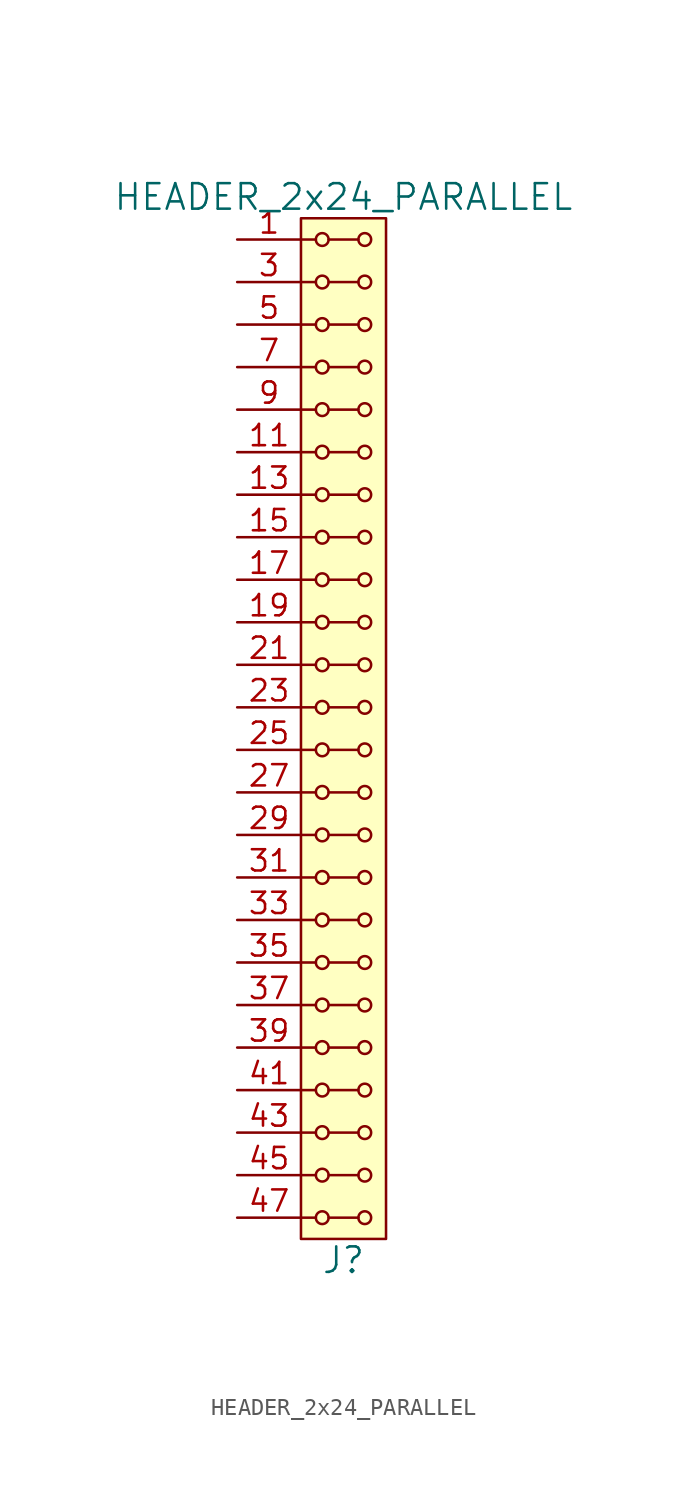
<source format=kicad_sym>
(kicad_symbol_lib
  (version 20211014)
  (generator kicad_symbol_editor)
  (symbol "HEADER_2x24_PARALLEL"
    (pin_names
      (offset 1.016))
    (property "Reference" "J"
      (at 0 -31.75 0)
      (effects (font (size 1.524 1.524))))
    (property "Value" "HEADER_2x24_PARALLEL"
      (at 0 31.75 0)
      (effects (font (size 1.524 1.524))))
    (property "Footprint" ""
      (at 0 29.21 0)
      (effects (font (size 1.524 1.524))))
    (property "Datasheet" ""
      (at 0 29.21 0)
      (effects (font (size 1.524 1.524))))
    (symbol "HEADER_2x24_PARALLEL_0_1"
      (rectangle (start -2.54 30.48) (end 2.54 -30.48) (stroke (width 0) (type default) (color 0 0 0 0)) (fill (type background)))
      (circle (center -1.27 -29.21) (radius 0.381) (stroke (width 0) (type default) (color 0 0 0 0)) (fill (type none)))
      (circle (center -1.27 -26.67) (radius 0.381) (stroke (width 0) (type default) (color 0 0 0 0)) (fill (type none)))
      (circle (center -1.27 -24.13) (radius 0.381) (stroke (width 0) (type default) (color 0 0 0 0)) (fill (type none)))
      (circle (center -1.27 -21.59) (radius 0.381) (stroke (width 0) (type default) (color 0 0 0 0)) (fill (type none)))
      (circle (center -1.27 -19.05) (radius 0.381) (stroke (width 0) (type default) (color 0 0 0 0)) (fill (type none)))
      (circle (center -1.27 -16.51) (radius 0.381) (stroke (width 0) (type default) (color 0 0 0 0)) (fill (type none)))
      (circle (center -1.27 -13.97) (radius 0.381) (stroke (width 0) (type default) (color 0 0 0 0)) (fill (type none)))
      (circle (center -1.27 -11.43) (radius 0.381) (stroke (width 0) (type default) (color 0 0 0 0)) (fill (type none)))
      (circle (center -1.27 -8.89) (radius 0.381) (stroke (width 0) (type default) (color 0 0 0 0)) (fill (type none)))
      (circle (center -1.27 -6.35) (radius 0.381) (stroke (width 0) (type default) (color 0 0 0 0)) (fill (type none)))
      (circle (center -1.27 -3.81) (radius 0.381) (stroke (width 0) (type default) (color 0 0 0 0)) (fill (type none)))
      (circle (center -1.27 -1.27) (radius 0.381) (stroke (width 0) (type default) (color 0 0 0 0)) (fill (type none)))
      (circle (center -1.27 1.27) (radius 0.381) (stroke (width 0) (type default) (color 0 0 0 0)) (fill (type none)))
      (circle (center -1.27 3.81) (radius 0.381) (stroke (width 0) (type default) (color 0 0 0 0)) (fill (type none)))
      (circle (center -1.27 6.35) (radius 0.381) (stroke (width 0) (type default) (color 0 0 0 0)) (fill (type none)))
      (circle (center -1.27 8.89) (radius 0.381) (stroke (width 0) (type default) (color 0 0 0 0)) (fill (type none)))
      (circle (center -1.27 11.43) (radius 0.381) (stroke (width 0) (type default) (color 0 0 0 0)) (fill (type none)))
      (circle (center -1.27 13.97) (radius 0.381) (stroke (width 0) (type default) (color 0 0 0 0)) (fill (type none)))
      (circle (center -1.27 16.51) (radius 0.381) (stroke (width 0) (type default) (color 0 0 0 0)) (fill (type none)))
      (circle (center -1.27 19.05) (radius 0.381) (stroke (width 0) (type default) (color 0 0 0 0)) (fill (type none)))
      (circle (center -1.27 21.59) (radius 0.381) (stroke (width 0) (type default) (color 0 0 0 0)) (fill (type none)))
      (circle (center -1.27 24.13) (radius 0.381) (stroke (width 0) (type default) (color 0 0 0 0)) (fill (type none)))
      (circle (center -1.27 26.67) (radius 0.381) (stroke (width 0) (type default) (color 0 0 0 0)) (fill (type none)))
      (circle (center -1.27 29.21) (radius 0.381) (stroke (width 0) (type default) (color 0 0 0 0)) (fill (type none)))
      (polyline (pts (xy -1.651 -29.21) (xy -2.54 -29.21)) (stroke (width 0) (type default) (color 0 0 0 0)) (fill (type none)))
      (polyline (pts (xy -1.651 -26.67) (xy -2.54 -26.67)) (stroke (width 0) (type default) (color 0 0 0 0)) (fill (type none)))
      (polyline (pts (xy -1.651 -24.13) (xy -2.54 -24.13)) (stroke (width 0) (type default) (color 0 0 0 0)) (fill (type none)))
      (polyline (pts (xy -1.651 -21.59) (xy -2.54 -21.59)) (stroke (width 0) (type default) (color 0 0 0 0)) (fill (type none)))
      (polyline (pts (xy -1.651 -19.05) (xy -2.54 -19.05)) (stroke (width 0) (type default) (color 0 0 0 0)) (fill (type none)))
      (polyline (pts (xy -1.651 -16.51) (xy -2.54 -16.51)) (stroke (width 0) (type default) (color 0 0 0 0)) (fill (type none)))
      (polyline (pts (xy -1.651 -13.97) (xy -2.54 -13.97)) (stroke (width 0) (type default) (color 0 0 0 0)) (fill (type none)))
      (polyline (pts (xy -1.651 -11.43) (xy -2.54 -11.43)) (stroke (width 0) (type default) (color 0 0 0 0)) (fill (type none)))
      (polyline (pts (xy -1.651 -8.89) (xy -2.54 -8.89)) (stroke (width 0) (type default) (color 0 0 0 0)) (fill (type none)))
      (polyline (pts (xy -1.651 -6.35) (xy -2.54 -6.35)) (stroke (width 0) (type default) (color 0 0 0 0)) (fill (type none)))
      (polyline (pts (xy -1.651 -3.81) (xy -2.54 -3.81)) (stroke (width 0) (type default) (color 0 0 0 0)) (fill (type none)))
      (polyline (pts (xy -1.651 -1.27) (xy -2.54 -1.27)) (stroke (width 0) (type default) (color 0 0 0 0)) (fill (type none)))
      (polyline (pts (xy -1.651 1.27) (xy -2.54 1.27)) (stroke (width 0) (type default) (color 0 0 0 0)) (fill (type none)))
      (polyline (pts (xy -1.651 3.81) (xy -2.54 3.81)) (stroke (width 0) (type default) (color 0 0 0 0)) (fill (type none)))
      (polyline (pts (xy -1.651 6.35) (xy -2.54 6.35)) (stroke (width 0) (type default) (color 0 0 0 0)) (fill (type none)))
      (polyline (pts (xy -1.651 8.89) (xy -2.54 8.89)) (stroke (width 0) (type default) (color 0 0 0 0)) (fill (type none)))
      (polyline (pts (xy -1.651 11.43) (xy -2.54 11.43)) (stroke (width 0) (type default) (color 0 0 0 0)) (fill (type none)))
      (polyline (pts (xy -1.651 13.97) (xy -2.54 13.97)) (stroke (width 0) (type default) (color 0 0 0 0)) (fill (type none)))
      (polyline (pts (xy -1.651 16.51) (xy -2.54 16.51)) (stroke (width 0) (type default) (color 0 0 0 0)) (fill (type none)))
      (polyline (pts (xy -1.651 19.05) (xy -2.54 19.05)) (stroke (width 0) (type default) (color 0 0 0 0)) (fill (type none)))
      (polyline (pts (xy -1.651 21.59) (xy -2.54 21.59)) (stroke (width 0) (type default) (color 0 0 0 0)) (fill (type none)))
      (polyline (pts (xy -1.651 24.13) (xy -2.54 24.13)) (stroke (width 0) (type default) (color 0 0 0 0)) (fill (type none)))
      (polyline (pts (xy -1.651 26.67) (xy -2.54 26.67)) (stroke (width 0) (type default) (color 0 0 0 0)) (fill (type none)))
      (polyline (pts (xy -1.651 29.21) (xy -2.54 29.21)) (stroke (width 0) (type default) (color 0 0 0 0)) (fill (type none)))
      (polyline (pts (xy -0.889 -29.21) (xy 0.889 -29.21)) (stroke (width 0) (type default) (color 0 0 0 0)) (fill (type none)))
      (polyline (pts (xy -0.889 -26.67) (xy 0.889 -26.67)) (stroke (width 0) (type default) (color 0 0 0 0)) (fill (type none)))
      (polyline (pts (xy -0.889 -24.13) (xy 0.889 -24.13)) (stroke (width 0) (type default) (color 0 0 0 0)) (fill (type none)))
      (polyline (pts (xy -0.889 -21.59) (xy 0.889 -21.59)) (stroke (width 0) (type default) (color 0 0 0 0)) (fill (type none)))
      (polyline (pts (xy -0.889 -19.05) (xy 0.889 -19.05)) (stroke (width 0) (type default) (color 0 0 0 0)) (fill (type none)))
      (polyline (pts (xy -0.889 -16.51) (xy 0.889 -16.51)) (stroke (width 0) (type default) (color 0 0 0 0)) (fill (type none)))
      (polyline (pts (xy -0.889 -13.97) (xy 0.889 -13.97)) (stroke (width 0) (type default) (color 0 0 0 0)) (fill (type none)))
      (polyline (pts (xy -0.889 -11.43) (xy 0.889 -11.43)) (stroke (width 0) (type default) (color 0 0 0 0)) (fill (type none)))
      (polyline (pts (xy -0.889 -8.89) (xy 0.889 -8.89)) (stroke (width 0) (type default) (color 0 0 0 0)) (fill (type none)))
      (polyline (pts (xy -0.889 -6.35) (xy 0.889 -6.35)) (stroke (width 0) (type default) (color 0 0 0 0)) (fill (type none)))
      (polyline (pts (xy -0.889 -3.81) (xy 0.889 -3.81)) (stroke (width 0) (type default) (color 0 0 0 0)) (fill (type none)))
      (polyline (pts (xy -0.889 -1.27) (xy 0.889 -1.27)) (stroke (width 0) (type default) (color 0 0 0 0)) (fill (type none)))
      (polyline (pts (xy -0.889 1.27) (xy 0.889 1.27)) (stroke (width 0) (type default) (color 0 0 0 0)) (fill (type none)))
      (polyline (pts (xy -0.889 3.81) (xy 0.889 3.81)) (stroke (width 0) (type default) (color 0 0 0 0)) (fill (type none)))
      (polyline (pts (xy -0.889 6.35) (xy 0.889 6.35)) (stroke (width 0) (type default) (color 0 0 0 0)) (fill (type none)))
      (polyline (pts (xy -0.889 8.89) (xy 0.889 8.89)) (stroke (width 0) (type default) (color 0 0 0 0)) (fill (type none)))
      (polyline (pts (xy -0.889 11.43) (xy 0.889 11.43)) (stroke (width 0) (type default) (color 0 0 0 0)) (fill (type none)))
      (polyline (pts (xy -0.889 13.97) (xy 0.889 13.97)) (stroke (width 0) (type default) (color 0 0 0 0)) (fill (type none)))
      (polyline (pts (xy -0.889 16.51) (xy 0.889 16.51)) (stroke (width 0) (type default) (color 0 0 0 0)) (fill (type none)))
      (polyline (pts (xy -0.889 19.05) (xy 0.889 19.05)) (stroke (width 0) (type default) (color 0 0 0 0)) (fill (type none)))
      (polyline (pts (xy -0.889 21.59) (xy 0.889 21.59)) (stroke (width 0) (type default) (color 0 0 0 0)) (fill (type none)))
      (polyline (pts (xy -0.889 24.13) (xy 0.889 24.13)) (stroke (width 0) (type default) (color 0 0 0 0)) (fill (type none)))
      (polyline (pts (xy -0.889 26.67) (xy 0.889 26.67)) (stroke (width 0) (type default) (color 0 0 0 0)) (fill (type none)))
      (polyline (pts (xy -0.889 29.21) (xy 0.889 29.21)) (stroke (width 0) (type default) (color 0 0 0 0)) (fill (type none)))
      (circle (center 1.27 -29.21) (radius 0.381) (stroke (width 0) (type default) (color 0 0 0 0)) (fill (type none)))
      (circle (center 1.27 -26.67) (radius 0.381) (stroke (width 0) (type default) (color 0 0 0 0)) (fill (type none)))
      (circle (center 1.27 -24.13) (radius 0.381) (stroke (width 0) (type default) (color 0 0 0 0)) (fill (type none)))
      (circle (center 1.27 -21.59) (radius 0.381) (stroke (width 0) (type default) (color 0 0 0 0)) (fill (type none)))
      (circle (center 1.27 -19.05) (radius 0.381) (stroke (width 0) (type default) (color 0 0 0 0)) (fill (type none)))
      (circle (center 1.27 -16.51) (radius 0.381) (stroke (width 0) (type default) (color 0 0 0 0)) (fill (type none)))
      (circle (center 1.27 -13.97) (radius 0.381) (stroke (width 0) (type default) (color 0 0 0 0)) (fill (type none)))
      (circle (center 1.27 -11.43) (radius 0.381) (stroke (width 0) (type default) (color 0 0 0 0)) (fill (type none)))
      (circle (center 1.27 -8.89) (radius 0.381) (stroke (width 0) (type default) (color 0 0 0 0)) (fill (type none)))
      (circle (center 1.27 -6.35) (radius 0.381) (stroke (width 0) (type default) (color 0 0 0 0)) (fill (type none)))
      (circle (center 1.27 -3.81) (radius 0.381) (stroke (width 0) (type default) (color 0 0 0 0)) (fill (type none)))
      (circle (center 1.27 -1.27) (radius 0.381) (stroke (width 0) (type default) (color 0 0 0 0)) (fill (type none)))
      (circle (center 1.27 1.27) (radius 0.381) (stroke (width 0) (type default) (color 0 0 0 0)) (fill (type none)))
      (circle (center 1.27 3.81) (radius 0.381) (stroke (width 0) (type default) (color 0 0 0 0)) (fill (type none)))
      (circle (center 1.27 6.35) (radius 0.381) (stroke (width 0) (type default) (color 0 0 0 0)) (fill (type none)))
      (circle (center 1.27 8.89) (radius 0.381) (stroke (width 0) (type default) (color 0 0 0 0)) (fill (type none)))
      (circle (center 1.27 11.43) (radius 0.381) (stroke (width 0) (type default) (color 0 0 0 0)) (fill (type none)))
      (circle (center 1.27 13.97) (radius 0.381) (stroke (width 0) (type default) (color 0 0 0 0)) (fill (type none)))
      (circle (center 1.27 16.51) (radius 0.381) (stroke (width 0) (type default) (color 0 0 0 0)) (fill (type none)))
      (circle (center 1.27 19.05) (radius 0.381) (stroke (width 0) (type default) (color 0 0 0 0)) (fill (type none)))
      (circle (center 1.27 21.59) (radius 0.381) (stroke (width 0) (type default) (color 0 0 0 0)) (fill (type none)))
      (circle (center 1.27 24.13) (radius 0.381) (stroke (width 0) (type default) (color 0 0 0 0)) (fill (type none)))
      (circle (center 1.27 26.67) (radius 0.381) (stroke (width 0) (type default) (color 0 0 0 0)) (fill (type none)))
      (circle (center 1.27 29.21) (radius 0.381) (stroke (width 0) (type default) (color 0 0 0 0)) (fill (type none))))
    (symbol "HEADER_2x24_PARALLEL_1_1"
      (pin input line (at -6.35 29.21 0) (length 3.81) (name "~" (effects (font (size 1.27 1.27)))) (number "1" (effects (font (size 1.27 1.27)))))
      (pin input line (at -6.35 19.05 0) (length 3.81) hide (name "~" (effects (font (size 1.27 1.27)))) (number "10" (effects (font (size 1.27 1.27)))))
      (pin input line (at -6.35 16.51 0) (length 3.81) (name "~" (effects (font (size 1.27 1.27)))) (number "11" (effects (font (size 1.27 1.27)))))
      (pin input line (at -6.35 16.51 0) (length 3.81) hide (name "~" (effects (font (size 1.27 1.27)))) (number "12" (effects (font (size 1.27 1.27)))))
      (pin input line (at -6.35 13.97 0) (length 3.81) (name "~" (effects (font (size 1.27 1.27)))) (number "13" (effects (font (size 1.27 1.27)))))
      (pin input line (at -6.35 13.97 0) (length 3.81) hide (name "~" (effects (font (size 1.27 1.27)))) (number "14" (effects (font (size 1.27 1.27)))))
      (pin input line (at -6.35 11.43 0) (length 3.81) (name "~" (effects (font (size 1.27 1.27)))) (number "15" (effects (font (size 1.27 1.27)))))
      (pin input line (at -6.35 11.43 0) (length 3.81) hide (name "~" (effects (font (size 1.27 1.27)))) (number "16" (effects (font (size 1.27 1.27)))))
      (pin input line (at -6.35 8.89 0) (length 3.81) (name "~" (effects (font (size 1.27 1.27)))) (number "17" (effects (font (size 1.27 1.27)))))
      (pin input line (at -6.35 8.89 0) (length 3.81) hide (name "~" (effects (font (size 1.27 1.27)))) (number "18" (effects (font (size 1.27 1.27)))))
      (pin input line (at -6.35 6.35 0) (length 3.81) (name "~" (effects (font (size 1.27 1.27)))) (number "19" (effects (font (size 1.27 1.27)))))
      (pin input line (at -6.35 29.21 0) (length 3.81) hide (name "~" (effects (font (size 1.27 1.27)))) (number "2" (effects (font (size 1.27 1.27)))))
      (pin input line (at -6.35 6.35 0) (length 3.81) hide (name "~" (effects (font (size 1.27 1.27)))) (number "20" (effects (font (size 1.27 1.27)))))
      (pin input line (at -6.35 3.81 0) (length 3.81) (name "~" (effects (font (size 1.27 1.27)))) (number "21" (effects (font (size 1.27 1.27)))))
      (pin input line (at -6.35 3.81 0) (length 3.81) hide (name "~" (effects (font (size 1.27 1.27)))) (number "22" (effects (font (size 1.27 1.27)))))
      (pin input line (at -6.35 1.27 0) (length 3.81) (name "~" (effects (font (size 1.27 1.27)))) (number "23" (effects (font (size 1.27 1.27)))))
      (pin input line (at -6.35 1.27 0) (length 3.81) hide (name "~" (effects (font (size 1.27 1.27)))) (number "24" (effects (font (size 1.27 1.27)))))
      (pin input line (at -6.35 -1.27 0) (length 3.81) (name "~" (effects (font (size 1.27 1.27)))) (number "25" (effects (font (size 1.27 1.27)))))
      (pin input line (at -6.35 -1.27 0) (length 3.81) hide (name "~" (effects (font (size 1.27 1.27)))) (number "26" (effects (font (size 1.27 1.27)))))
      (pin input line (at -6.35 -3.81 0) (length 3.81) (name "~" (effects (font (size 1.27 1.27)))) (number "27" (effects (font (size 1.27 1.27)))))
      (pin input line (at -6.35 -3.81 0) (length 3.81) hide (name "~" (effects (font (size 1.27 1.27)))) (number "28" (effects (font (size 1.27 1.27)))))
      (pin input line (at -6.35 -6.35 0) (length 3.81) (name "~" (effects (font (size 1.27 1.27)))) (number "29" (effects (font (size 1.27 1.27)))))
      (pin input line (at -6.35 26.67 0) (length 3.81) (name "~" (effects (font (size 1.27 1.27)))) (number "3" (effects (font (size 1.27 1.27)))))
      (pin input line (at -6.35 -6.35 0) (length 3.81) hide (name "~" (effects (font (size 1.27 1.27)))) (number "30" (effects (font (size 1.27 1.27)))))
      (pin input line (at -6.35 -8.89 0) (length 3.81) (name "~" (effects (font (size 1.27 1.27)))) (number "31" (effects (font (size 1.27 1.27)))))
      (pin input line (at -6.35 -8.89 0) (length 3.81) hide (name "~" (effects (font (size 1.27 1.27)))) (number "32" (effects (font (size 1.27 1.27)))))
      (pin input line (at -6.35 -11.43 0) (length 3.81) (name "~" (effects (font (size 1.27 1.27)))) (number "33" (effects (font (size 1.27 1.27)))))
      (pin input line (at -6.35 -11.43 0) (length 3.81) hide (name "~" (effects (font (size 1.27 1.27)))) (number "34" (effects (font (size 1.27 1.27)))))
      (pin input line (at -6.35 -13.97 0) (length 3.81) (name "~" (effects (font (size 1.27 1.27)))) (number "35" (effects (font (size 1.27 1.27)))))
      (pin input line (at -6.35 -13.97 0) (length 3.81) hide (name "~" (effects (font (size 1.27 1.27)))) (number "36" (effects (font (size 1.27 1.27)))))
      (pin input line (at -6.35 -16.51 0) (length 3.81) (name "~" (effects (font (size 1.27 1.27)))) (number "37" (effects (font (size 1.27 1.27)))))
      (pin input line (at -6.35 -16.51 0) (length 3.81) hide (name "~" (effects (font (size 1.27 1.27)))) (number "38" (effects (font (size 1.27 1.27)))))
      (pin input line (at -6.35 -19.05 0) (length 3.81) (name "~" (effects (font (size 1.27 1.27)))) (number "39" (effects (font (size 1.27 1.27)))))
      (pin input line (at -6.35 26.67 0) (length 3.81) hide (name "~" (effects (font (size 1.27 1.27)))) (number "4" (effects (font (size 1.27 1.27)))))
      (pin input line (at -6.35 -19.05 0) (length 3.81) hide (name "~" (effects (font (size 1.27 1.27)))) (number "40" (effects (font (size 1.27 1.27)))))
      (pin input line (at -6.35 -21.59 0) (length 3.81) (name "~" (effects (font (size 1.27 1.27)))) (number "41" (effects (font (size 1.27 1.27)))))
      (pin input line (at -6.35 -21.59 0) (length 3.81) hide (name "~" (effects (font (size 1.27 1.27)))) (number "42" (effects (font (size 1.27 1.27)))))
      (pin input line (at -6.35 -24.13 0) (length 3.81) (name "~" (effects (font (size 1.27 1.27)))) (number "43" (effects (font (size 1.27 1.27)))))
      (pin input line (at -6.35 -24.13 0) (length 3.81) hide (name "~" (effects (font (size 1.27 1.27)))) (number "44" (effects (font (size 1.27 1.27)))))
      (pin input line (at -6.35 -26.67 0) (length 3.81) (name "~" (effects (font (size 1.27 1.27)))) (number "45" (effects (font (size 1.27 1.27)))))
      (pin input line (at -6.35 -26.67 0) (length 3.81) hide (name "~" (effects (font (size 1.27 1.27)))) (number "46" (effects (font (size 1.27 1.27)))))
      (pin input line (at -6.35 -29.21 0) (length 3.81) (name "~" (effects (font (size 1.27 1.27)))) (number "47" (effects (font (size 1.27 1.27)))))
      (pin input line (at -6.35 -29.21 0) (length 3.81) hide (name "~" (effects (font (size 1.27 1.27)))) (number "48" (effects (font (size 1.27 1.27)))))
      (pin input line (at -6.35 24.13 0) (length 3.81) (name "~" (effects (font (size 1.27 1.27)))) (number "5" (effects (font (size 1.27 1.27)))))
      (pin input line (at -6.35 24.13 0) (length 3.81) hide (name "~" (effects (font (size 1.27 1.27)))) (number "6" (effects (font (size 1.27 1.27)))))
      (pin input line (at -6.35 21.59 0) (length 3.81) (name "~" (effects (font (size 1.27 1.27)))) (number "7" (effects (font (size 1.27 1.27)))))
      (pin input line (at -6.35 21.59 0) (length 3.81) hide (name "~" (effects (font (size 1.27 1.27)))) (number "8" (effects (font (size 1.27 1.27)))))
      (pin input line (at -6.35 19.05 0) (length 3.81) (name "~" (effects (font (size 1.27 1.27)))) (number "9" (effects (font (size 1.27 1.27))))))))
</source>
